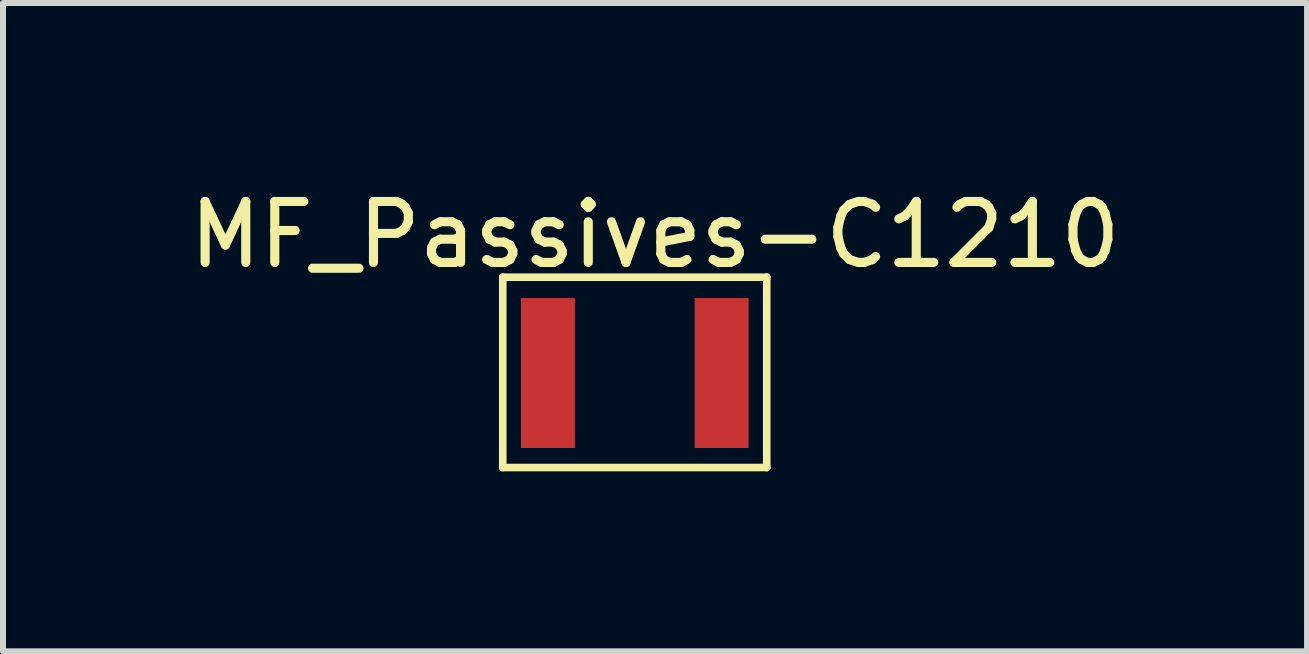
<source format=kicad_pcb>
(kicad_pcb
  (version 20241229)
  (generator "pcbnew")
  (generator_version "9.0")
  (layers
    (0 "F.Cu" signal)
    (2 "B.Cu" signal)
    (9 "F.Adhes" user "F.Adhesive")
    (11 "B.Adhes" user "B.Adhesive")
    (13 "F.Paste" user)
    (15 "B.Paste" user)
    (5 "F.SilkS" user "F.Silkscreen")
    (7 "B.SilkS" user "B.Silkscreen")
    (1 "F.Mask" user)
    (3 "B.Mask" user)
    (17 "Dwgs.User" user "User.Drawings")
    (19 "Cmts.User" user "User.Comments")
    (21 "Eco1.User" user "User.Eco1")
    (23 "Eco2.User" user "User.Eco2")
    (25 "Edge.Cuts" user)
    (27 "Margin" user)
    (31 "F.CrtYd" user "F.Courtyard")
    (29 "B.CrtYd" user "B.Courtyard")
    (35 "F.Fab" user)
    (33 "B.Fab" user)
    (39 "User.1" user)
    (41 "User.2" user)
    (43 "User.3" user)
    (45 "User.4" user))
  (footprint "MF_Passives-C1210"
    (layer "F.Cu")
    (at 7.53 3.168)
    (property "Reference" "MF_Passives-C1210" (at 0.338 -2.306 0) (layer "F.SilkS") (effects (font (size 1.016 1.016) (thickness 0.152))))
    (attr smd)
    (fp_line (start -2.2 -1.598) (end -2.2 1.575) (stroke (width 0.127) (type solid)) (layer "F.SilkS"))
    (fp_line (start -2.2 1.575) (end 2.2 1.575) (stroke (width 0.127) (type solid)) (layer "F.SilkS"))
    (fp_line (start 2.2 -1.598) (end -2.2 -1.598) (stroke (width 0.127) (type solid)) (layer "F.SilkS"))
    (fp_line (start 2.2 1.575) (end 2.2 -1.598) (stroke (width 0.127) (type solid)) (layer "F.SilkS"))
    (pad "1" smd rect (at -1.448 0 180) (size 0.899 2.499) (layers "F.Cu" "F.Mask" "F.Paste"))
    (pad "2" smd rect (at 1.448 0 180) (size 0.899 2.499) (layers "F.Cu" "F.Mask" "F.Paste")))
  (gr_rect
    (start -3 -3)
    (end 18.736 7.806)
    (stroke (width 0.1) (type default))
    (fill no)
    (layer "Edge.Cuts")))
</source>
